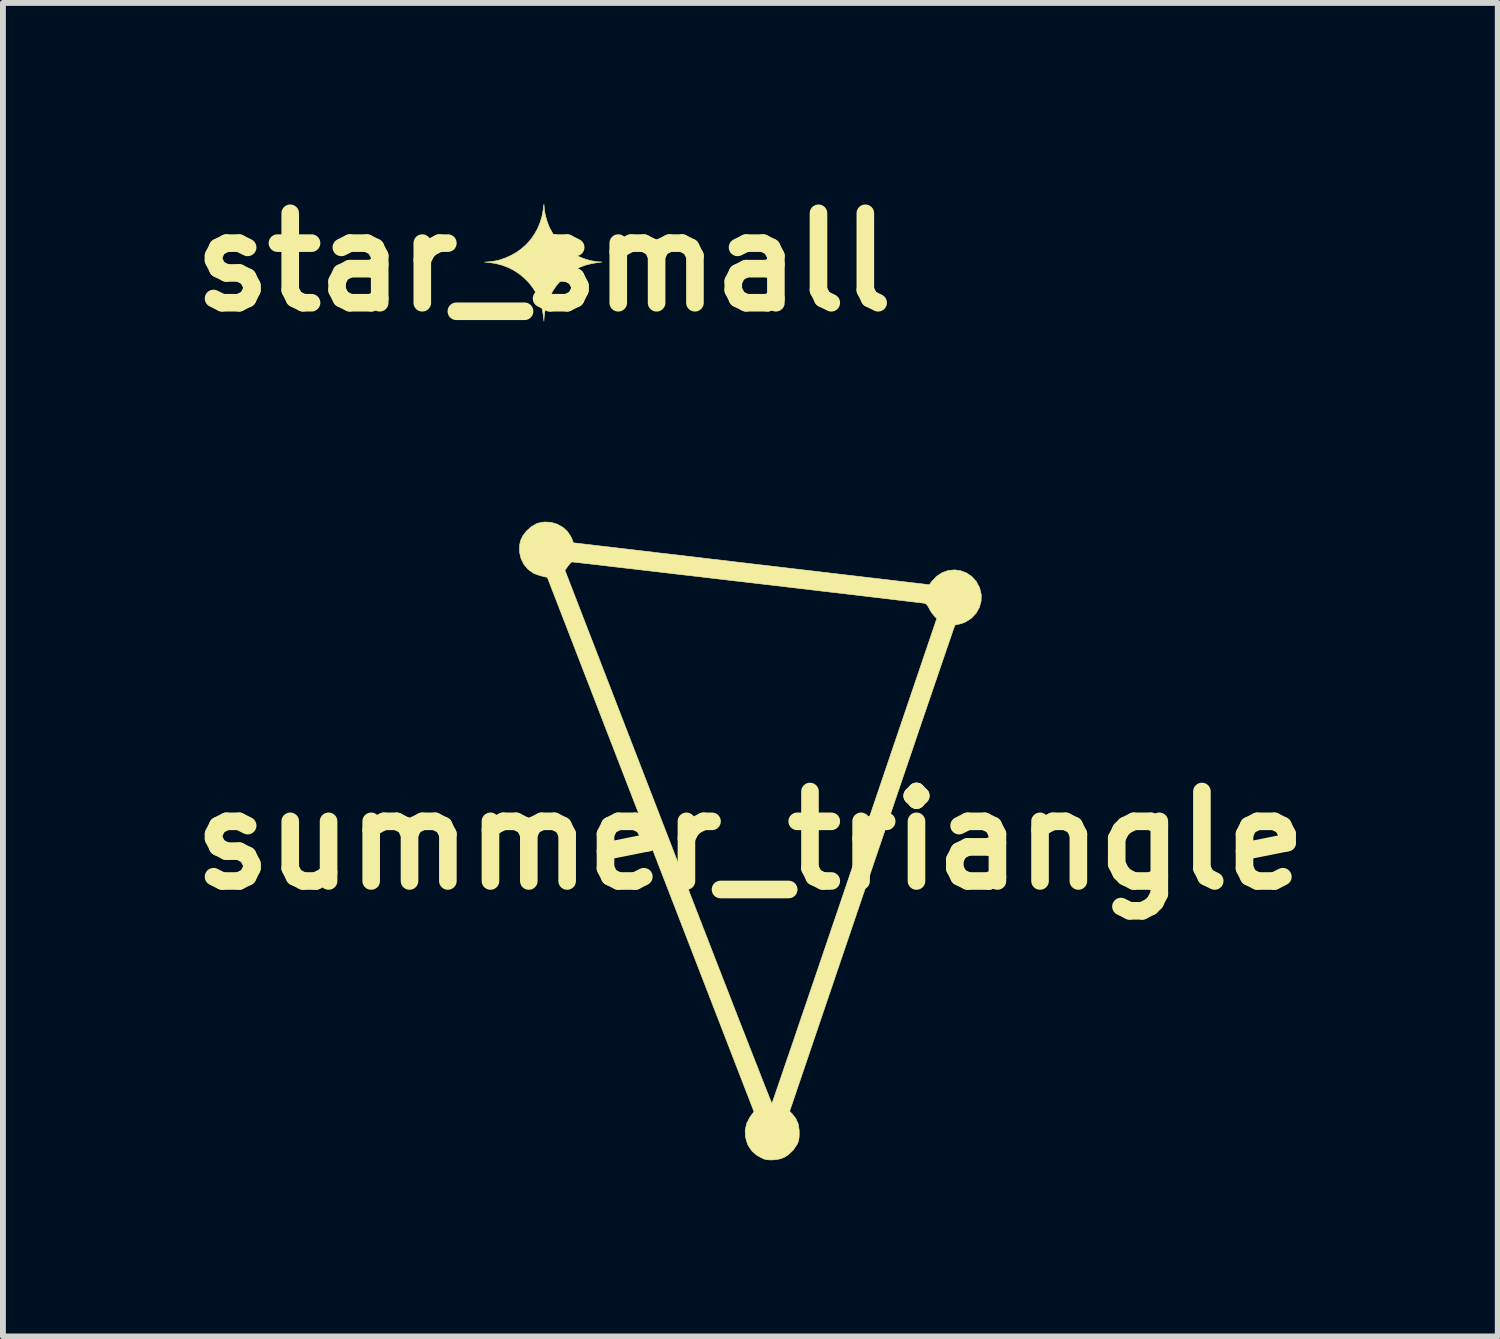
<source format=kicad_pcb>
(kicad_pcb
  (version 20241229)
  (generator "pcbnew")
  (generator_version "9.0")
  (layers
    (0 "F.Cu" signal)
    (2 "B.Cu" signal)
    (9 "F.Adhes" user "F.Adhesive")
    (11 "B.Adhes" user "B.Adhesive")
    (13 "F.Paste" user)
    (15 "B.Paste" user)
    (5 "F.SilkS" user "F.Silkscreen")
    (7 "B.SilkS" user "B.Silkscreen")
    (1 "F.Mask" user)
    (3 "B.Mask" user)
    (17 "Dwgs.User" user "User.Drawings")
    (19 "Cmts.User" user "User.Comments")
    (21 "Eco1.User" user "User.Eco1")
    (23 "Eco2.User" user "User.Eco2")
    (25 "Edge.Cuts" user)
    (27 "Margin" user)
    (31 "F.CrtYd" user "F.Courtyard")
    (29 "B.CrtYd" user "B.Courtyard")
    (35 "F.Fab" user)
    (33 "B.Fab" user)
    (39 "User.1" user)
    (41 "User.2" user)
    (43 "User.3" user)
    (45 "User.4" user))
  (footprint "star_small"
    (layer "F.Cu")
    (at 6.212 1.418)
    (property "Reference" "star_small" (at 0 0 0) (layer "F.SilkS") (effects (font (size 1.524 1.524) (thickness 0.3))))
    (attr through_hole)
    (fp_poly (pts (xy 0.005 -0.985) (xy 0.005 -0.974) (xy 0.006 -0.964) (xy 0.01 -0.906) (xy 0.02 -0.841) (xy 0.036 -0.772) (xy 0.056 -0.703) (xy 0.08 -0.637) (xy 0.1 -0.589) (xy 0.152 -0.493) (xy 0.215 -0.403) (xy 0.287 -0.319) (xy 0.368 -0.243) (xy 0.456 -0.177) (xy 0.55 -0.12) (xy 0.575 -0.108) (xy 0.641 -0.079) (xy 0.712 -0.053) (xy 0.785 -0.032) (xy 0.857 -0.017) (xy 0.925 -0.008) (xy 0.964 -0.006) (xy 0.981 -0.005) (xy 0.99 -0.005) (xy 0.988 -0.003) (xy 0.976 -0.002) (xy 0.952 0.001) (xy 0.935 0.003) (xy 0.826 0.02) (xy 0.726 0.044) (xy 0.633 0.077) (xy 0.545 0.119) (xy 0.472 0.162) (xy 0.379 0.23) (xy 0.296 0.305) (xy 0.223 0.388) (xy 0.159 0.48) (xy 0.111 0.568) (xy 0.069 0.664) (xy 0.038 0.758) (xy 0.017 0.852) (xy 0.007 0.937) (xy 0.003 1) (xy -0.002 0.943) (xy -0.018 0.829) (xy -0.046 0.72) (xy -0.084 0.616) (xy -0.132 0.518) (xy -0.19 0.427) (xy -0.257 0.342) (xy -0.333 0.266) (xy -0.416 0.198) (xy -0.506 0.139) (xy -0.603 0.089) (xy -0.706 0.05) (xy -0.814 0.021) (xy -0.928 0.004) (xy -0.947 0.002) (xy -1.006 -0.003) (xy -0.94 -0.007) (xy -0.844 -0.019) (xy -0.75 -0.04) (xy -0.656 -0.072) (xy -0.568 -0.111) (xy -0.469 -0.166) (xy -0.378 -0.231) (xy -0.295 -0.305) (xy -0.222 -0.386) (xy -0.159 -0.476) (xy -0.105 -0.572) (xy -0.062 -0.675) (xy -0.029 -0.784) (xy -0.008 -0.899) (xy -0.004 -0.927) (xy -0.000411 -0.958) (xy 0.002 -0.978) (xy 0.004 -0.987) (xy 0.005 -0.985)) (stroke (width 0.01) (type solid)) (fill yes) (layer "F.SilkS")))
  (footprint "summer_triangle"
    (layer "F.Cu")
    (at 9.732 11.268)
    (property "Reference" "summer_triangle" (at 0 0 0) (layer "F.SilkS") (effects (font (size 1.524 1.524) (thickness 0.3))))
    (attr through_hole)
    (fp_poly (pts (xy -3.398 -5.42) (xy -3.291 -5.389) (xy -3.194 -5.335) (xy -3.113 -5.261) (xy -3.054 -5.17) (xy -3.041 -5.141) (xy -3.014 -5.071) (xy 0.018 -4.714) (xy 3.05 -4.357) (xy 3.091 -4.413) (xy 3.174 -4.501) (xy 3.268 -4.563) (xy 3.371 -4.599) (xy 3.477 -4.61) (xy 3.582 -4.596) (xy 3.682 -4.558) (xy 3.772 -4.497) (xy 3.848 -4.413) (xy 3.905 -4.307) (xy 3.907 -4.3) (xy 3.934 -4.189) (xy 3.931 -4.078) (xy 3.901 -3.97) (xy 3.846 -3.873) (xy 3.768 -3.789) (xy 3.67 -3.725) (xy 3.662 -3.722) (xy 3.608 -3.7) (xy 3.559 -3.686) (xy 3.537 -3.683) (xy 3.501 -3.677) (xy 3.483 -3.664) (xy 3.477 -3.648) (xy 3.461 -3.602) (xy 3.436 -3.53) (xy 3.402 -3.43) (xy 3.359 -3.306) (xy 3.308 -3.157) (xy 3.25 -2.986) (xy 3.184 -2.793) (xy 3.111 -2.58) (xy 3.032 -2.348) (xy 2.947 -2.098) (xy 2.856 -1.832) (xy 2.761 -1.55) (xy 2.66 -1.254) (xy 2.555 -0.945) (xy 2.446 -0.624) (xy 2.333 -0.293) (xy 2.218 0.048) (xy 2.099 0.397) (xy 2.07 0.483) (xy 0.669 4.612) (xy 0.714 4.659) (xy 0.776 4.739) (xy 0.814 4.825) (xy 0.831 4.926) (xy 0.833 4.977) (xy 0.831 5.051) (xy 0.823 5.105) (xy 0.808 5.153) (xy 0.795 5.178) (xy 0.728 5.276) (xy 0.638 5.359) (xy 0.572 5.4) (xy 0.506 5.423) (xy 0.425 5.438) (xy 0.342 5.442) (xy 0.267 5.435) (xy 0.23 5.425) (xy 0.118 5.367) (xy 0.031 5.294) (xy -0.032 5.203) (xy -0.048 5.171) (xy -0.083 5.053) (xy -0.088 4.935) (xy -0.063 4.821) (xy -0.007 4.713) (xy 0.008 4.692) (xy 0.063 4.62) (xy -1.698 0.068) (xy -3.458 -4.483) (xy -3.547 -4.503) (xy -3.609 -4.521) (xy -3.669 -4.543) (xy -3.695 -4.554) (xy -3.765 -4.604) (xy -3.159 -4.604) (xy -1.401 -0.057) (xy -1.26 0.308) (xy -1.121 0.665) (xy -0.987 1.014) (xy -0.856 1.352) (xy -0.729 1.679) (xy -0.607 1.994) (xy -0.49 2.295) (xy -0.378 2.582) (xy -0.273 2.853) (xy -0.174 3.107) (xy -0.081 3.344) (xy 0.004 3.561) (xy 0.081 3.758) (xy 0.15 3.934) (xy 0.21 4.087) (xy 0.261 4.217) (xy 0.303 4.322) (xy 0.334 4.401) (xy 0.356 4.454) (xy 0.366 4.478) (xy 0.367 4.48) (xy 0.373 4.464) (xy 0.389 4.419) (xy 0.414 4.347) (xy 0.448 4.248) (xy 0.491 4.124) (xy 0.541 3.977) (xy 0.599 3.806) (xy 0.665 3.614) (xy 0.738 3.402) (xy 0.816 3.17) (xy 0.901 2.921) (xy 0.992 2.655) (xy 1.088 2.373) (xy 1.188 2.078) (xy 1.293 1.769) (xy 1.402 1.448) (xy 1.515 1.117) (xy 1.63 0.777) (xy 1.748 0.429) (xy 1.777 0.344) (xy 3.176 -3.781) (xy 3.13 -3.829) (xy 3.095 -3.872) (xy 3.059 -3.928) (xy 3.046 -3.955) (xy 3.016 -4.006) (xy 2.987 -4.036) (xy 2.977 -4.04) (xy 2.957 -4.043) (xy 2.909 -4.049) (xy 2.832 -4.058) (xy 2.73 -4.07) (xy 2.604 -4.085) (xy 2.456 -4.103) (xy 2.288 -4.123) (xy 2.101 -4.145) (xy 1.898 -4.169) (xy 1.68 -4.195) (xy 1.45 -4.222) (xy 1.209 -4.25) (xy 0.959 -4.28) (xy 0.702 -4.31) (xy 0.44 -4.341) (xy 0.174 -4.372) (xy -0.093 -4.403) (xy -0.36 -4.434) (xy -0.624 -4.465) (xy -0.884 -4.496) (xy -1.138 -4.525) (xy -1.384 -4.554) (xy -1.621 -4.582) (xy -1.845 -4.608) (xy -2.057 -4.633) (xy -2.252 -4.655) (xy -2.431 -4.676) (xy -2.59 -4.695) (xy -2.728 -4.711) (xy -2.844 -4.724) (xy -2.934 -4.734) (xy -2.998 -4.741) (xy -3.033 -4.745) (xy -3.04 -4.746) (xy -3.058 -4.733) (xy -3.086 -4.702) (xy -3.107 -4.674) (xy -3.159 -4.604) (xy -3.765 -4.604) (xy -3.785 -4.618) (xy -3.856 -4.702) (xy -3.906 -4.802) (xy -3.932 -4.912) (xy -3.932 -5.025) (xy -3.913 -5.113) (xy -3.871 -5.197) (xy -3.807 -5.278) (xy -3.728 -5.347) (xy -3.644 -5.396) (xy -3.621 -5.405) (xy -3.51 -5.426) (xy -3.398 -5.42)) (stroke (width 0.01) (type solid)) (fill yes) (layer "F.SilkS")))
  (gr_rect
    (start -3 -3)
    (end 22.464 19.715)
    (stroke (width 0.1) (type default))
    (fill no)
    (layer "Edge.Cuts")))
</source>
